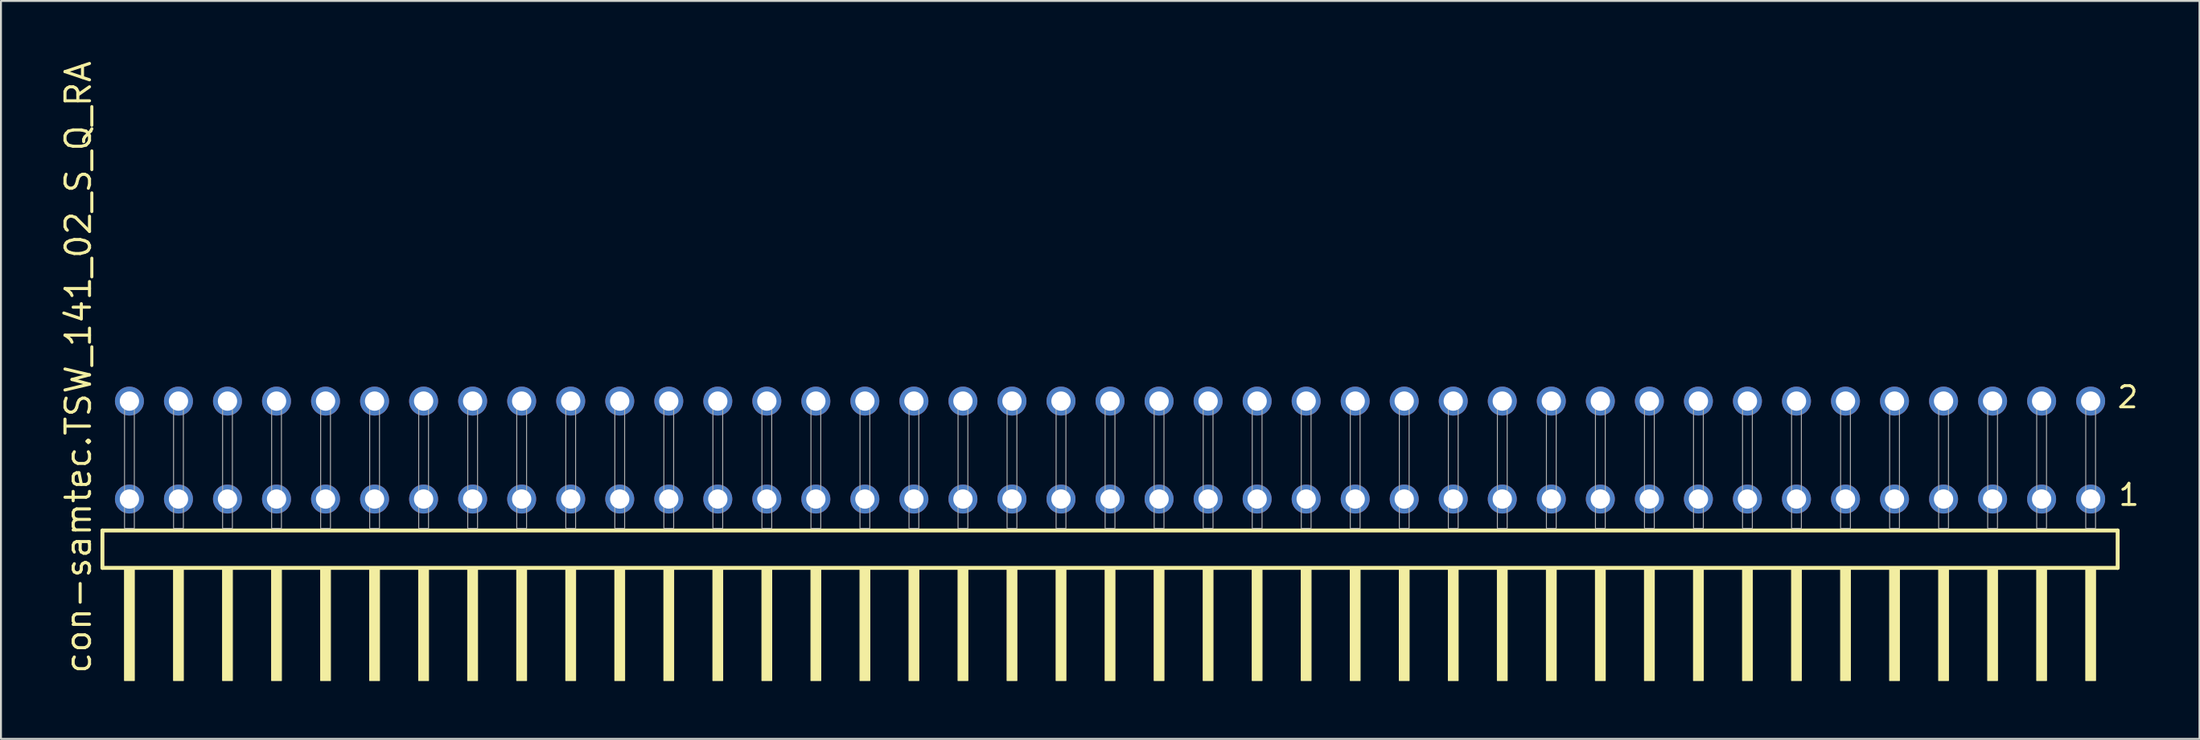
<source format=kicad_pcb>
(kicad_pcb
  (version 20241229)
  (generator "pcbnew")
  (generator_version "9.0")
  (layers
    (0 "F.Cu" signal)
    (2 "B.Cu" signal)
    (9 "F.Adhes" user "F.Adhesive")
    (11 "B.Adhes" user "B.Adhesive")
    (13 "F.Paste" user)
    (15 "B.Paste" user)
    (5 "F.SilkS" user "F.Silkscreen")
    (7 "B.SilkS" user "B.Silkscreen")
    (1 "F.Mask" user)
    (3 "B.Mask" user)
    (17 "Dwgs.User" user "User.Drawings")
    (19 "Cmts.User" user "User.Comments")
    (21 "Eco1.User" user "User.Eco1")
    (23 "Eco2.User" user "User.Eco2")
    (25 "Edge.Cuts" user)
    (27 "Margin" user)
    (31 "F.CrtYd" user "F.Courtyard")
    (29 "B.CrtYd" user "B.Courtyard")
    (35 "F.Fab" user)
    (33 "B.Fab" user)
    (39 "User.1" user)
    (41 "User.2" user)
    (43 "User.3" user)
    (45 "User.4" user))
  (footprint "con-samtec.TSW_141_02_S_Q_RA"
    (layer "F.Cu")
    (at 54.455 24.356)
    (property "Reference" "con-samtec.TSW_141_02_S_Q_RA" (at -52.705 7.62 90) (layer "F.SilkS") (effects (font (size 1.27 1.27) (thickness 0.16)) (justify left bottom)))
    (attr through_hole)
    (fp_line (start -52.199 0.106) (end -52.199 2.046) (stroke (width 0.203) (type default)) (layer "F.SilkS"))
    (fp_line (start -52.199 2.046) (end 52.199 2.046) (stroke (width 0.203) (type default)) (layer "F.SilkS"))
    (fp_line (start 52.199 0.106) (end -52.199 0.106) (stroke (width 0.203) (type default)) (layer "F.SilkS"))
    (fp_line (start 52.199 2.046) (end 52.199 0.106) (stroke (width 0.203) (type default)) (layer "F.SilkS"))
    (fp_rect (start -51.054 7.89) (end -50.546 2.04) (stroke (width 0.05) (type default)) (fill yes) (layer "F.SilkS"))
    (fp_rect (start -48.514 7.89) (end -48.006 2.04) (stroke (width 0.05) (type default)) (fill yes) (layer "F.SilkS"))
    (fp_rect (start -45.974 7.89) (end -45.466 2.04) (stroke (width 0.05) (type default)) (fill yes) (layer "F.SilkS"))
    (fp_rect (start -43.434 7.89) (end -42.926 2.04) (stroke (width 0.05) (type default)) (fill yes) (layer "F.SilkS"))
    (fp_rect (start -40.894 7.89) (end -40.386 2.04) (stroke (width 0.05) (type default)) (fill yes) (layer "F.SilkS"))
    (fp_rect (start -38.354 7.89) (end -37.846 2.04) (stroke (width 0.05) (type default)) (fill yes) (layer "F.SilkS"))
    (fp_rect (start -35.814 7.89) (end -35.306 2.04) (stroke (width 0.05) (type default)) (fill yes) (layer "F.SilkS"))
    (fp_rect (start -33.274 7.89) (end -32.766 2.04) (stroke (width 0.05) (type default)) (fill yes) (layer "F.SilkS"))
    (fp_rect (start -30.734 7.89) (end -30.226 2.04) (stroke (width 0.05) (type default)) (fill yes) (layer "F.SilkS"))
    (fp_rect (start -28.194 7.89) (end -27.686 2.04) (stroke (width 0.05) (type default)) (fill yes) (layer "F.SilkS"))
    (fp_rect (start -25.654 7.89) (end -25.146 2.04) (stroke (width 0.05) (type default)) (fill yes) (layer "F.SilkS"))
    (fp_rect (start -23.114 7.89) (end -22.606 2.04) (stroke (width 0.05) (type default)) (fill yes) (layer "F.SilkS"))
    (fp_rect (start -20.574 7.89) (end -20.066 2.04) (stroke (width 0.05) (type default)) (fill yes) (layer "F.SilkS"))
    (fp_rect (start -18.034 7.89) (end -17.526 2.04) (stroke (width 0.05) (type default)) (fill yes) (layer "F.SilkS"))
    (fp_rect (start -15.494 7.89) (end -14.986 2.04) (stroke (width 0.05) (type default)) (fill yes) (layer "F.SilkS"))
    (fp_rect (start -12.954 7.89) (end -12.446 2.04) (stroke (width 0.05) (type default)) (fill yes) (layer "F.SilkS"))
    (fp_rect (start -10.414 7.89) (end -9.906 2.04) (stroke (width 0.05) (type default)) (fill yes) (layer "F.SilkS"))
    (fp_rect (start -7.874 7.89) (end -7.366 2.04) (stroke (width 0.05) (type default)) (fill yes) (layer "F.SilkS"))
    (fp_rect (start -5.334 7.89) (end -4.826 2.04) (stroke (width 0.05) (type default)) (fill yes) (layer "F.SilkS"))
    (fp_rect (start -2.794 7.89) (end -2.286 2.04) (stroke (width 0.05) (type default)) (fill yes) (layer "F.SilkS"))
    (fp_rect (start -0.254 7.89) (end 0.254 2.04) (stroke (width 0.05) (type default)) (fill yes) (layer "F.SilkS"))
    (fp_rect (start 2.286 7.89) (end 2.794 2.04) (stroke (width 0.05) (type default)) (fill yes) (layer "F.SilkS"))
    (fp_rect (start 4.826 7.89) (end 5.334 2.04) (stroke (width 0.05) (type default)) (fill yes) (layer "F.SilkS"))
    (fp_rect (start 7.366 7.89) (end 7.874 2.04) (stroke (width 0.05) (type default)) (fill yes) (layer "F.SilkS"))
    (fp_rect (start 9.906 7.89) (end 10.414 2.04) (stroke (width 0.05) (type default)) (fill yes) (layer "F.SilkS"))
    (fp_rect (start 12.446 7.89) (end 12.954 2.04) (stroke (width 0.05) (type default)) (fill yes) (layer "F.SilkS"))
    (fp_rect (start 14.986 7.89) (end 15.494 2.04) (stroke (width 0.05) (type default)) (fill yes) (layer "F.SilkS"))
    (fp_rect (start 17.526 7.89) (end 18.034 2.04) (stroke (width 0.05) (type default)) (fill yes) (layer "F.SilkS"))
    (fp_rect (start 20.066 7.89) (end 20.574 2.04) (stroke (width 0.05) (type default)) (fill yes) (layer "F.SilkS"))
    (fp_rect (start 22.606 7.89) (end 23.114 2.04) (stroke (width 0.05) (type default)) (fill yes) (layer "F.SilkS"))
    (fp_rect (start 25.146 7.89) (end 25.654 2.04) (stroke (width 0.05) (type default)) (fill yes) (layer "F.SilkS"))
    (fp_rect (start 27.686 7.89) (end 28.194 2.04) (stroke (width 0.05) (type default)) (fill yes) (layer "F.SilkS"))
    (fp_rect (start 30.226 7.89) (end 30.734 2.04) (stroke (width 0.05) (type default)) (fill yes) (layer "F.SilkS"))
    (fp_rect (start 32.766 7.89) (end 33.274 2.04) (stroke (width 0.05) (type default)) (fill yes) (layer "F.SilkS"))
    (fp_rect (start 35.306 7.89) (end 35.814 2.04) (stroke (width 0.05) (type default)) (fill yes) (layer "F.SilkS"))
    (fp_rect (start 37.846 7.89) (end 38.354 2.04) (stroke (width 0.05) (type default)) (fill yes) (layer "F.SilkS"))
    (fp_rect (start 40.386 7.89) (end 40.894 2.04) (stroke (width 0.05) (type default)) (fill yes) (layer "F.SilkS"))
    (fp_rect (start 42.926 7.89) (end 43.434 2.04) (stroke (width 0.05) (type default)) (fill yes) (layer "F.SilkS"))
    (fp_rect (start 45.466 7.89) (end 45.974 2.04) (stroke (width 0.05) (type default)) (fill yes) (layer "F.SilkS"))
    (fp_rect (start 48.006 7.89) (end 48.514 2.04) (stroke (width 0.05) (type default)) (fill yes) (layer "F.SilkS"))
    (fp_rect (start 50.546 7.89) (end 51.054 2.04) (stroke (width 0.05) (type default)) (fill yes) (layer "F.SilkS"))
    (fp_rect (start -51.054 0) (end -50.546 -6.858) (stroke (width 0.05) (type default)) (fill no) (layer "F.Fab"))
    (fp_rect (start -48.514 0) (end -48.006 -6.858) (stroke (width 0.05) (type default)) (fill no) (layer "F.Fab"))
    (fp_rect (start -45.974 0) (end -45.466 -6.858) (stroke (width 0.05) (type default)) (fill no) (layer "F.Fab"))
    (fp_rect (start -43.434 0) (end -42.926 -6.858) (stroke (width 0.05) (type default)) (fill no) (layer "F.Fab"))
    (fp_rect (start -40.894 0) (end -40.386 -6.858) (stroke (width 0.05) (type default)) (fill no) (layer "F.Fab"))
    (fp_rect (start -38.354 0) (end -37.846 -6.858) (stroke (width 0.05) (type default)) (fill no) (layer "F.Fab"))
    (fp_rect (start -35.814 0) (end -35.306 -6.858) (stroke (width 0.05) (type default)) (fill no) (layer "F.Fab"))
    (fp_rect (start -33.274 0) (end -32.766 -6.858) (stroke (width 0.05) (type default)) (fill no) (layer "F.Fab"))
    (fp_rect (start -30.734 0) (end -30.226 -6.858) (stroke (width 0.05) (type default)) (fill no) (layer "F.Fab"))
    (fp_rect (start -28.194 0) (end -27.686 -6.858) (stroke (width 0.05) (type default)) (fill no) (layer "F.Fab"))
    (fp_rect (start -25.654 0) (end -25.146 -6.858) (stroke (width 0.05) (type default)) (fill no) (layer "F.Fab"))
    (fp_rect (start -23.114 0) (end -22.606 -6.858) (stroke (width 0.05) (type default)) (fill no) (layer "F.Fab"))
    (fp_rect (start -20.574 0) (end -20.066 -6.858) (stroke (width 0.05) (type default)) (fill no) (layer "F.Fab"))
    (fp_rect (start -18.034 0) (end -17.526 -6.858) (stroke (width 0.05) (type default)) (fill no) (layer "F.Fab"))
    (fp_rect (start -15.494 0) (end -14.986 -6.858) (stroke (width 0.05) (type default)) (fill no) (layer "F.Fab"))
    (fp_rect (start -12.954 0) (end -12.446 -6.858) (stroke (width 0.05) (type default)) (fill no) (layer "F.Fab"))
    (fp_rect (start -10.414 0) (end -9.906 -6.858) (stroke (width 0.05) (type default)) (fill no) (layer "F.Fab"))
    (fp_rect (start -7.874 0) (end -7.366 -6.858) (stroke (width 0.05) (type default)) (fill no) (layer "F.Fab"))
    (fp_rect (start -5.334 0) (end -4.826 -6.858) (stroke (width 0.05) (type default)) (fill no) (layer "F.Fab"))
    (fp_rect (start -2.794 0) (end -2.286 -6.858) (stroke (width 0.05) (type default)) (fill no) (layer "F.Fab"))
    (fp_rect (start -0.254 0) (end 0.254 -6.858) (stroke (width 0.05) (type default)) (fill no) (layer "F.Fab"))
    (fp_rect (start 2.286 0) (end 2.794 -6.858) (stroke (width 0.05) (type default)) (fill no) (layer "F.Fab"))
    (fp_rect (start 4.826 0) (end 5.334 -6.858) (stroke (width 0.05) (type default)) (fill no) (layer "F.Fab"))
    (fp_rect (start 7.366 0) (end 7.874 -6.858) (stroke (width 0.05) (type default)) (fill no) (layer "F.Fab"))
    (fp_rect (start 9.906 0) (end 10.414 -6.858) (stroke (width 0.05) (type default)) (fill no) (layer "F.Fab"))
    (fp_rect (start 12.446 0) (end 12.954 -6.858) (stroke (width 0.05) (type default)) (fill no) (layer "F.Fab"))
    (fp_rect (start 14.986 0) (end 15.494 -6.858) (stroke (width 0.05) (type default)) (fill no) (layer "F.Fab"))
    (fp_rect (start 17.526 0) (end 18.034 -6.858) (stroke (width 0.05) (type default)) (fill no) (layer "F.Fab"))
    (fp_rect (start 20.066 0) (end 20.574 -6.858) (stroke (width 0.05) (type default)) (fill no) (layer "F.Fab"))
    (fp_rect (start 22.606 0) (end 23.114 -6.858) (stroke (width 0.05) (type default)) (fill no) (layer "F.Fab"))
    (fp_rect (start 25.146 0) (end 25.654 -6.858) (stroke (width 0.05) (type default)) (fill no) (layer "F.Fab"))
    (fp_rect (start 27.686 0) (end 28.194 -6.858) (stroke (width 0.05) (type default)) (fill no) (layer "F.Fab"))
    (fp_rect (start 30.226 0) (end 30.734 -6.858) (stroke (width 0.05) (type default)) (fill no) (layer "F.Fab"))
    (fp_rect (start 32.766 0) (end 33.274 -6.858) (stroke (width 0.05) (type default)) (fill no) (layer "F.Fab"))
    (fp_rect (start 35.306 0) (end 35.814 -6.858) (stroke (width 0.05) (type default)) (fill no) (layer "F.Fab"))
    (fp_rect (start 37.846 0) (end 38.354 -6.858) (stroke (width 0.05) (type default)) (fill no) (layer "F.Fab"))
    (fp_rect (start 40.386 0) (end 40.894 -6.858) (stroke (width 0.05) (type default)) (fill no) (layer "F.Fab"))
    (fp_rect (start 42.926 0) (end 43.434 -6.858) (stroke (width 0.05) (type default)) (fill no) (layer "F.Fab"))
    (fp_rect (start 45.466 0) (end 45.974 -6.858) (stroke (width 0.05) (type default)) (fill no) (layer "F.Fab"))
    (fp_rect (start 48.006 0) (end 48.514 -6.858) (stroke (width 0.05) (type default)) (fill no) (layer "F.Fab"))
    (fp_rect (start 50.546 0) (end 51.054 -6.858) (stroke (width 0.05) (type default)) (fill no) (layer "F.Fab"))
    (fp_text user "2" (at 52.1 -6.165 0) (layer "F.SilkS") (effects (font (size 1.1 1.1) (thickness 0.15)) (justify left bottom)))
    (fp_text user "1" (at 52.16 -1.1 0) (layer "F.SilkS") (effects (font (size 1.1 1.1) (thickness 0.15)) (justify left bottom)))
    (pad "1" thru_hole circle (at 50.8 -1.524 180) (size 1.5 1.5) (drill 1) (layers "*.Cu" "*.Mask"))
    (pad "2" thru_hole circle (at 50.8 -6.604 180) (size 1.5 1.5) (drill 1) (layers "*.Cu" "*.Mask"))
    (pad "3" thru_hole circle (at 48.26 -1.524 180) (size 1.5 1.5) (drill 1) (layers "*.Cu" "*.Mask"))
    (pad "4" thru_hole circle (at 48.26 -6.604 180) (size 1.5 1.5) (drill 1) (layers "*.Cu" "*.Mask"))
    (pad "5" thru_hole circle (at 45.72 -1.524 180) (size 1.5 1.5) (drill 1) (layers "*.Cu" "*.Mask"))
    (pad "6" thru_hole circle (at 45.72 -6.604 180) (size 1.5 1.5) (drill 1) (layers "*.Cu" "*.Mask"))
    (pad "7" thru_hole circle (at 43.18 -1.524 180) (size 1.5 1.5) (drill 1) (layers "*.Cu" "*.Mask"))
    (pad "8" thru_hole circle (at 43.18 -6.604 180) (size 1.5 1.5) (drill 1) (layers "*.Cu" "*.Mask"))
    (pad "9" thru_hole circle (at 40.64 -1.524 180) (size 1.5 1.5) (drill 1) (layers "*.Cu" "*.Mask"))
    (pad "10" thru_hole circle (at 40.64 -6.604 180) (size 1.5 1.5) (drill 1) (layers "*.Cu" "*.Mask"))
    (pad "11" thru_hole circle (at 38.1 -1.524 180) (size 1.5 1.5) (drill 1) (layers "*.Cu" "*.Mask"))
    (pad "12" thru_hole circle (at 38.1 -6.604 180) (size 1.5 1.5) (drill 1) (layers "*.Cu" "*.Mask"))
    (pad "13" thru_hole circle (at 35.56 -1.524 180) (size 1.5 1.5) (drill 1) (layers "*.Cu" "*.Mask"))
    (pad "14" thru_hole circle (at 35.56 -6.604 180) (size 1.5 1.5) (drill 1) (layers "*.Cu" "*.Mask"))
    (pad "15" thru_hole circle (at 33.02 -1.524 180) (size 1.5 1.5) (drill 1) (layers "*.Cu" "*.Mask"))
    (pad "16" thru_hole circle (at 33.02 -6.604 180) (size 1.5 1.5) (drill 1) (layers "*.Cu" "*.Mask"))
    (pad "17" thru_hole circle (at 30.48 -1.524 180) (size 1.5 1.5) (drill 1) (layers "*.Cu" "*.Mask"))
    (pad "18" thru_hole circle (at 30.48 -6.604 180) (size 1.5 1.5) (drill 1) (layers "*.Cu" "*.Mask"))
    (pad "19" thru_hole circle (at 27.94 -1.524 180) (size 1.5 1.5) (drill 1) (layers "*.Cu" "*.Mask"))
    (pad "20" thru_hole circle (at 27.94 -6.604 180) (size 1.5 1.5) (drill 1) (layers "*.Cu" "*.Mask"))
    (pad "21" thru_hole circle (at 25.4 -1.524 180) (size 1.5 1.5) (drill 1) (layers "*.Cu" "*.Mask"))
    (pad "22" thru_hole circle (at 25.4 -6.604 180) (size 1.5 1.5) (drill 1) (layers "*.Cu" "*.Mask"))
    (pad "23" thru_hole circle (at 22.86 -1.524 180) (size 1.5 1.5) (drill 1) (layers "*.Cu" "*.Mask"))
    (pad "24" thru_hole circle (at 22.86 -6.604 180) (size 1.5 1.5) (drill 1) (layers "*.Cu" "*.Mask"))
    (pad "25" thru_hole circle (at 20.32 -1.524 180) (size 1.5 1.5) (drill 1) (layers "*.Cu" "*.Mask"))
    (pad "26" thru_hole circle (at 20.32 -6.604 180) (size 1.5 1.5) (drill 1) (layers "*.Cu" "*.Mask"))
    (pad "27" thru_hole circle (at 17.78 -1.524 180) (size 1.5 1.5) (drill 1) (layers "*.Cu" "*.Mask"))
    (pad "28" thru_hole circle (at 17.78 -6.604 180) (size 1.5 1.5) (drill 1) (layers "*.Cu" "*.Mask"))
    (pad "29" thru_hole circle (at 15.24 -1.524 180) (size 1.5 1.5) (drill 1) (layers "*.Cu" "*.Mask"))
    (pad "30" thru_hole circle (at 15.24 -6.604 180) (size 1.5 1.5) (drill 1) (layers "*.Cu" "*.Mask"))
    (pad "31" thru_hole circle (at 12.7 -1.524 180) (size 1.5 1.5) (drill 1) (layers "*.Cu" "*.Mask"))
    (pad "32" thru_hole circle (at 12.7 -6.604 180) (size 1.5 1.5) (drill 1) (layers "*.Cu" "*.Mask"))
    (pad "33" thru_hole circle (at 10.16 -1.524 180) (size 1.5 1.5) (drill 1) (layers "*.Cu" "*.Mask"))
    (pad "34" thru_hole circle (at 10.16 -6.604 180) (size 1.5 1.5) (drill 1) (layers "*.Cu" "*.Mask"))
    (pad "35" thru_hole circle (at 7.62 -1.524 180) (size 1.5 1.5) (drill 1) (layers "*.Cu" "*.Mask"))
    (pad "36" thru_hole circle (at 7.62 -6.604 180) (size 1.5 1.5) (drill 1) (layers "*.Cu" "*.Mask"))
    (pad "37" thru_hole circle (at 5.08 -1.524 180) (size 1.5 1.5) (drill 1) (layers "*.Cu" "*.Mask"))
    (pad "38" thru_hole circle (at 5.08 -6.604 180) (size 1.5 1.5) (drill 1) (layers "*.Cu" "*.Mask"))
    (pad "39" thru_hole circle (at 2.54 -1.524 180) (size 1.5 1.5) (drill 1) (layers "*.Cu" "*.Mask"))
    (pad "40" thru_hole circle (at 2.54 -6.604 180) (size 1.5 1.5) (drill 1) (layers "*.Cu" "*.Mask"))
    (pad "41" thru_hole circle (at 0 -1.524 180) (size 1.5 1.5) (drill 1) (layers "*.Cu" "*.Mask"))
    (pad "42" thru_hole circle (at 0 -6.604 180) (size 1.5 1.5) (drill 1) (layers "*.Cu" "*.Mask"))
    (pad "43" thru_hole circle (at -2.54 -1.524 180) (size 1.5 1.5) (drill 1) (layers "*.Cu" "*.Mask"))
    (pad "44" thru_hole circle (at -2.54 -6.604 180) (size 1.5 1.5) (drill 1) (layers "*.Cu" "*.Mask"))
    (pad "45" thru_hole circle (at -5.08 -1.524 180) (size 1.5 1.5) (drill 1) (layers "*.Cu" "*.Mask"))
    (pad "46" thru_hole circle (at -5.08 -6.604 180) (size 1.5 1.5) (drill 1) (layers "*.Cu" "*.Mask"))
    (pad "47" thru_hole circle (at -7.62 -1.524 180) (size 1.5 1.5) (drill 1) (layers "*.Cu" "*.Mask"))
    (pad "48" thru_hole circle (at -7.62 -6.604 180) (size 1.5 1.5) (drill 1) (layers "*.Cu" "*.Mask"))
    (pad "49" thru_hole circle (at -10.16 -1.524 180) (size 1.5 1.5) (drill 1) (layers "*.Cu" "*.Mask"))
    (pad "50" thru_hole circle (at -10.16 -6.604 180) (size 1.5 1.5) (drill 1) (layers "*.Cu" "*.Mask"))
    (pad "51" thru_hole circle (at -12.7 -1.524 180) (size 1.5 1.5) (drill 1) (layers "*.Cu" "*.Mask"))
    (pad "52" thru_hole circle (at -12.7 -6.604 180) (size 1.5 1.5) (drill 1) (layers "*.Cu" "*.Mask"))
    (pad "53" thru_hole circle (at -15.24 -1.524 180) (size 1.5 1.5) (drill 1) (layers "*.Cu" "*.Mask"))
    (pad "54" thru_hole circle (at -15.24 -6.604 180) (size 1.5 1.5) (drill 1) (layers "*.Cu" "*.Mask"))
    (pad "55" thru_hole circle (at -17.78 -1.524 180) (size 1.5 1.5) (drill 1) (layers "*.Cu" "*.Mask"))
    (pad "56" thru_hole circle (at -17.78 -6.604 180) (size 1.5 1.5) (drill 1) (layers "*.Cu" "*.Mask"))
    (pad "57" thru_hole circle (at -20.32 -1.524 180) (size 1.5 1.5) (drill 1) (layers "*.Cu" "*.Mask"))
    (pad "58" thru_hole circle (at -20.32 -6.604 180) (size 1.5 1.5) (drill 1) (layers "*.Cu" "*.Mask"))
    (pad "59" thru_hole circle (at -22.86 -1.524 180) (size 1.5 1.5) (drill 1) (layers "*.Cu" "*.Mask"))
    (pad "60" thru_hole circle (at -22.86 -6.604 180) (size 1.5 1.5) (drill 1) (layers "*.Cu" "*.Mask"))
    (pad "61" thru_hole circle (at -25.4 -1.524 180) (size 1.5 1.5) (drill 1) (layers "*.Cu" "*.Mask"))
    (pad "62" thru_hole circle (at -25.4 -6.604 180) (size 1.5 1.5) (drill 1) (layers "*.Cu" "*.Mask"))
    (pad "63" thru_hole circle (at -27.94 -1.524 180) (size 1.5 1.5) (drill 1) (layers "*.Cu" "*.Mask"))
    (pad "64" thru_hole circle (at -27.94 -6.604 180) (size 1.5 1.5) (drill 1) (layers "*.Cu" "*.Mask"))
    (pad "65" thru_hole circle (at -30.48 -1.524 180) (size 1.5 1.5) (drill 1) (layers "*.Cu" "*.Mask"))
    (pad "66" thru_hole circle (at -30.48 -6.604 180) (size 1.5 1.5) (drill 1) (layers "*.Cu" "*.Mask"))
    (pad "67" thru_hole circle (at -33.02 -1.524 180) (size 1.5 1.5) (drill 1) (layers "*.Cu" "*.Mask"))
    (pad "68" thru_hole circle (at -33.02 -6.604 180) (size 1.5 1.5) (drill 1) (layers "*.Cu" "*.Mask"))
    (pad "69" thru_hole circle (at -35.56 -1.524 180) (size 1.5 1.5) (drill 1) (layers "*.Cu" "*.Mask"))
    (pad "70" thru_hole circle (at -35.56 -6.604 180) (size 1.5 1.5) (drill 1) (layers "*.Cu" "*.Mask"))
    (pad "71" thru_hole circle (at -38.1 -1.524 180) (size 1.5 1.5) (drill 1) (layers "*.Cu" "*.Mask"))
    (pad "72" thru_hole circle (at -38.1 -6.604 180) (size 1.5 1.5) (drill 1) (layers "*.Cu" "*.Mask"))
    (pad "73" thru_hole circle (at -40.64 -1.524 180) (size 1.5 1.5) (drill 1) (layers "*.Cu" "*.Mask"))
    (pad "74" thru_hole circle (at -40.64 -6.604 180) (size 1.5 1.5) (drill 1) (layers "*.Cu" "*.Mask"))
    (pad "75" thru_hole circle (at -43.18 -1.524 180) (size 1.5 1.5) (drill 1) (layers "*.Cu" "*.Mask"))
    (pad "76" thru_hole circle (at -43.18 -6.604 180) (size 1.5 1.5) (drill 1) (layers "*.Cu" "*.Mask"))
    (pad "77" thru_hole circle (at -45.72 -1.524 180) (size 1.5 1.5) (drill 1) (layers "*.Cu" "*.Mask"))
    (pad "78" thru_hole circle (at -45.72 -6.604 180) (size 1.5 1.5) (drill 1) (layers "*.Cu" "*.Mask"))
    (pad "79" thru_hole circle (at -48.26 -1.524 180) (size 1.5 1.5) (drill 1) (layers "*.Cu" "*.Mask"))
    (pad "80" thru_hole circle (at -48.26 -6.604 180) (size 1.5 1.5) (drill 1) (layers "*.Cu" "*.Mask"))
    (pad "81" thru_hole circle (at -50.8 -1.524 180) (size 1.5 1.5) (drill 1) (layers "*.Cu" "*.Mask"))
    (pad "82" thru_hole circle (at -50.8 -6.604 180) (size 1.5 1.5) (drill 1) (layers "*.Cu" "*.Mask")))
  (gr_rect
    (start -3 -3)
    (end 110.893 35.271)
    (stroke (width 0.1) (type default))
    (fill no)
    (layer "Edge.Cuts")))
</source>
